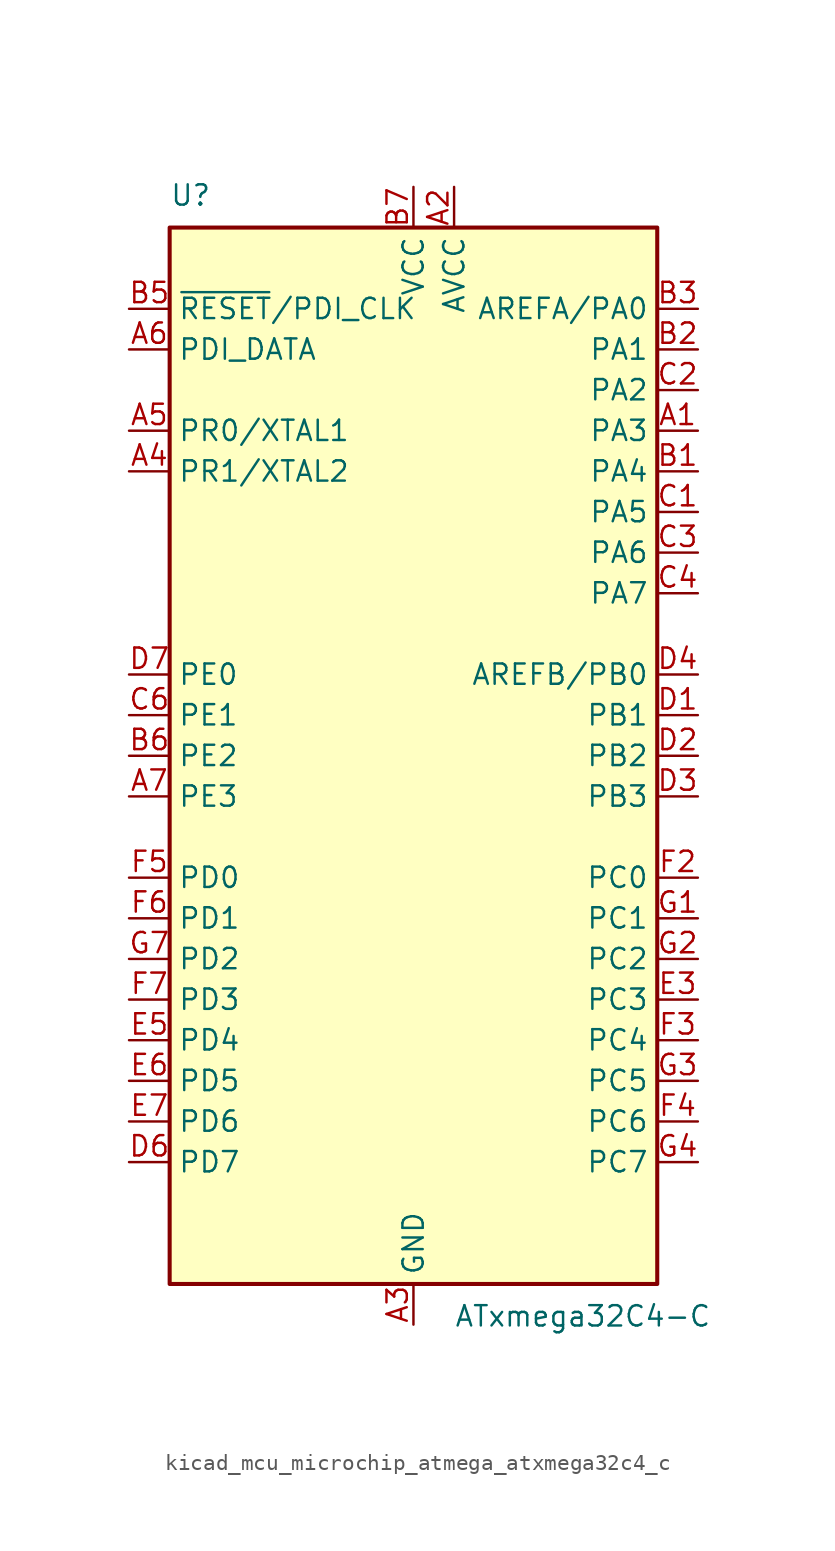
<source format=kicad_sym>
(kicad_symbol_lib
  (version 20220914)
  (generator kicad_symbol_editor)
  (symbol "kicad_mcu_microchip_atmega_atxmega32c4_c"
    (property "Reference" "U"
      (at -15.24 34.29 0)
      (effects (font (size 1.27 1.27)) (justify left bottom)))
    (property "Value" "ATxmega32C4-C"
      (at 2.54 -34.29 0)
      (effects (font (size 1.27 1.27)) (justify left top)))
    (symbol "kicad_mcu_microchip_atmega_atxmega32c4_c_0_1"
      (rectangle (start -15.24 -33.02) (end 15.24 33.02) (stroke (width 0.254) (type default)) (fill (type background))))
    (symbol "kicad_mcu_microchip_atmega_atxmega32c4_c_1_1"
      (pin bidirectional line (at 17.78 20.32 180) (length 2.54) (name "PA3" (effects (font (size 1.27 1.27)))) (number "A1" (effects (font (size 1.27 1.27)))))
      (pin power_in line (at 2.54 35.56 270) (length 2.54) (name "AVCC" (effects (font (size 1.27 1.27)))) (number "A2" (effects (font (size 1.27 1.27)))))
      (pin power_in line (at 0 -35.56 90) (length 2.54) (name "GND" (effects (font (size 1.27 1.27)))) (number "A3" (effects (font (size 1.27 1.27)))))
      (pin bidirectional line (at -17.78 17.78 0) (length 2.54) (name "PR1/XTAL2" (effects (font (size 1.27 1.27)))) (number "A4" (effects (font (size 1.27 1.27)))))
      (pin bidirectional line (at -17.78 20.32 0) (length 2.54) (name "PR0/XTAL1" (effects (font (size 1.27 1.27)))) (number "A5" (effects (font (size 1.27 1.27)))))
      (pin bidirectional line (at -17.78 25.4 0) (length 2.54) (name "PDI_DATA" (effects (font (size 1.27 1.27)))) (number "A6" (effects (font (size 1.27 1.27)))))
      (pin bidirectional line (at -17.78 -2.54 0) (length 2.54) (name "PE3" (effects (font (size 1.27 1.27)))) (number "A7" (effects (font (size 1.27 1.27)))))
      (pin bidirectional line (at 17.78 17.78 180) (length 2.54) (name "PA4" (effects (font (size 1.27 1.27)))) (number "B1" (effects (font (size 1.27 1.27)))))
      (pin bidirectional line (at 17.78 25.4 180) (length 2.54) (name "PA1" (effects (font (size 1.27 1.27)))) (number "B2" (effects (font (size 1.27 1.27)))))
      (pin bidirectional line (at 17.78 27.94 180) (length 2.54) (name "AREFA/PA0" (effects (font (size 1.27 1.27)))) (number "B3" (effects (font (size 1.27 1.27)))))
      (pin passive line (at 0 -35.56 90) (length 2.54) hide (name "GND" (effects (font (size 1.27 1.27)))) (number "B4" (effects (font (size 1.27 1.27)))))
      (pin input line (at -17.78 27.94 0) (length 2.54) (name "~{RESET}/PDI_CLK" (effects (font (size 1.27 1.27)))) (number "B5" (effects (font (size 1.27 1.27)))))
      (pin bidirectional line (at -17.78 0 0) (length 2.54) (name "PE2" (effects (font (size 1.27 1.27)))) (number "B6" (effects (font (size 1.27 1.27)))))
      (pin power_in line (at 0 35.56 270) (length 2.54) (name "VCC" (effects (font (size 1.27 1.27)))) (number "B7" (effects (font (size 1.27 1.27)))))
      (pin bidirectional line (at 17.78 15.24 180) (length 2.54) (name "PA5" (effects (font (size 1.27 1.27)))) (number "C1" (effects (font (size 1.27 1.27)))))
      (pin bidirectional line (at 17.78 22.86 180) (length 2.54) (name "PA2" (effects (font (size 1.27 1.27)))) (number "C2" (effects (font (size 1.27 1.27)))))
      (pin bidirectional line (at 17.78 12.7 180) (length 2.54) (name "PA6" (effects (font (size 1.27 1.27)))) (number "C3" (effects (font (size 1.27 1.27)))))
      (pin bidirectional line (at 17.78 10.16 180) (length 2.54) (name "PA7" (effects (font (size 1.27 1.27)))) (number "C4" (effects (font (size 1.27 1.27)))))
      (pin passive line (at 0 -35.56 90) (length 2.54) hide (name "GND" (effects (font (size 1.27 1.27)))) (number "C5" (effects (font (size 1.27 1.27)))))
      (pin bidirectional line (at -17.78 2.54 0) (length 2.54) (name "PE1" (effects (font (size 1.27 1.27)))) (number "C6" (effects (font (size 1.27 1.27)))))
      (pin passive line (at 0 -35.56 90) (length 2.54) hide (name "GND" (effects (font (size 1.27 1.27)))) (number "C7" (effects (font (size 1.27 1.27)))))
      (pin bidirectional line (at 17.78 2.54 180) (length 2.54) (name "PB1" (effects (font (size 1.27 1.27)))) (number "D1" (effects (font (size 1.27 1.27)))))
      (pin bidirectional line (at 17.78 0 180) (length 2.54) (name "PB2" (effects (font (size 1.27 1.27)))) (number "D2" (effects (font (size 1.27 1.27)))))
      (pin bidirectional line (at 17.78 -2.54 180) (length 2.54) (name "PB3" (effects (font (size 1.27 1.27)))) (number "D3" (effects (font (size 1.27 1.27)))))
      (pin bidirectional line (at 17.78 5.08 180) (length 2.54) (name "AREFB/PB0" (effects (font (size 1.27 1.27)))) (number "D4" (effects (font (size 1.27 1.27)))))
      (pin passive line (at 0 -35.56 90) (length 2.54) hide (name "GND" (effects (font (size 1.27 1.27)))) (number "D5" (effects (font (size 1.27 1.27)))))
      (pin bidirectional line (at -17.78 -25.4 0) (length 2.54) (name "PD7" (effects (font (size 1.27 1.27)))) (number "D6" (effects (font (size 1.27 1.27)))))
      (pin bidirectional line (at -17.78 5.08 0) (length 2.54) (name "PE0" (effects (font (size 1.27 1.27)))) (number "D7" (effects (font (size 1.27 1.27)))))
      (pin passive line (at 0 -35.56 90) (length 2.54) hide (name "GND" (effects (font (size 1.27 1.27)))) (number "E1" (effects (font (size 1.27 1.27)))))
      (pin passive line (at 0 -35.56 90) (length 2.54) hide (name "GND" (effects (font (size 1.27 1.27)))) (number "E2" (effects (font (size 1.27 1.27)))))
      (pin bidirectional line (at 17.78 -15.24 180) (length 2.54) (name "PC3" (effects (font (size 1.27 1.27)))) (number "E3" (effects (font (size 1.27 1.27)))))
      (pin passive line (at 0 -35.56 90) (length 2.54) hide (name "GND" (effects (font (size 1.27 1.27)))) (number "E4" (effects (font (size 1.27 1.27)))))
      (pin bidirectional line (at -17.78 -17.78 0) (length 2.54) (name "PD4" (effects (font (size 1.27 1.27)))) (number "E5" (effects (font (size 1.27 1.27)))))
      (pin bidirectional line (at -17.78 -20.32 0) (length 2.54) (name "PD5" (effects (font (size 1.27 1.27)))) (number "E6" (effects (font (size 1.27 1.27)))))
      (pin bidirectional line (at -17.78 -22.86 0) (length 2.54) (name "PD6" (effects (font (size 1.27 1.27)))) (number "E7" (effects (font (size 1.27 1.27)))))
      (pin passive line (at 0 35.56 270) (length 2.54) hide (name "VCC" (effects (font (size 1.27 1.27)))) (number "F1" (effects (font (size 1.27 1.27)))))
      (pin bidirectional line (at 17.78 -7.62 180) (length 2.54) (name "PC0" (effects (font (size 1.27 1.27)))) (number "F2" (effects (font (size 1.27 1.27)))))
      (pin bidirectional line (at 17.78 -17.78 180) (length 2.54) (name "PC4" (effects (font (size 1.27 1.27)))) (number "F3" (effects (font (size 1.27 1.27)))))
      (pin bidirectional line (at 17.78 -22.86 180) (length 2.54) (name "PC6" (effects (font (size 1.27 1.27)))) (number "F4" (effects (font (size 1.27 1.27)))))
      (pin bidirectional line (at -17.78 -7.62 0) (length 2.54) (name "PD0" (effects (font (size 1.27 1.27)))) (number "F5" (effects (font (size 1.27 1.27)))))
      (pin bidirectional line (at -17.78 -10.16 0) (length 2.54) (name "PD1" (effects (font (size 1.27 1.27)))) (number "F6" (effects (font (size 1.27 1.27)))))
      (pin bidirectional line (at -17.78 -15.24 0) (length 2.54) (name "PD3" (effects (font (size 1.27 1.27)))) (number "F7" (effects (font (size 1.27 1.27)))))
      (pin bidirectional line (at 17.78 -10.16 180) (length 2.54) (name "PC1" (effects (font (size 1.27 1.27)))) (number "G1" (effects (font (size 1.27 1.27)))))
      (pin bidirectional line (at 17.78 -12.7 180) (length 2.54) (name "PC2" (effects (font (size 1.27 1.27)))) (number "G2" (effects (font (size 1.27 1.27)))))
      (pin bidirectional line (at 17.78 -20.32 180) (length 2.54) (name "PC5" (effects (font (size 1.27 1.27)))) (number "G3" (effects (font (size 1.27 1.27)))))
      (pin bidirectional line (at 17.78 -25.4 180) (length 2.54) (name "PC7" (effects (font (size 1.27 1.27)))) (number "G4" (effects (font (size 1.27 1.27)))))
      (pin passive line (at 0 -35.56 90) (length 2.54) hide (name "GND" (effects (font (size 1.27 1.27)))) (number "G5" (effects (font (size 1.27 1.27)))))
      (pin passive line (at 0 35.56 270) (length 2.54) hide (name "VCC" (effects (font (size 1.27 1.27)))) (number "G6" (effects (font (size 1.27 1.27)))))
      (pin bidirectional line (at -17.78 -12.7 0) (length 2.54) (name "PD2" (effects (font (size 1.27 1.27)))) (number "G7" (effects (font (size 1.27 1.27))))))))
</source>
